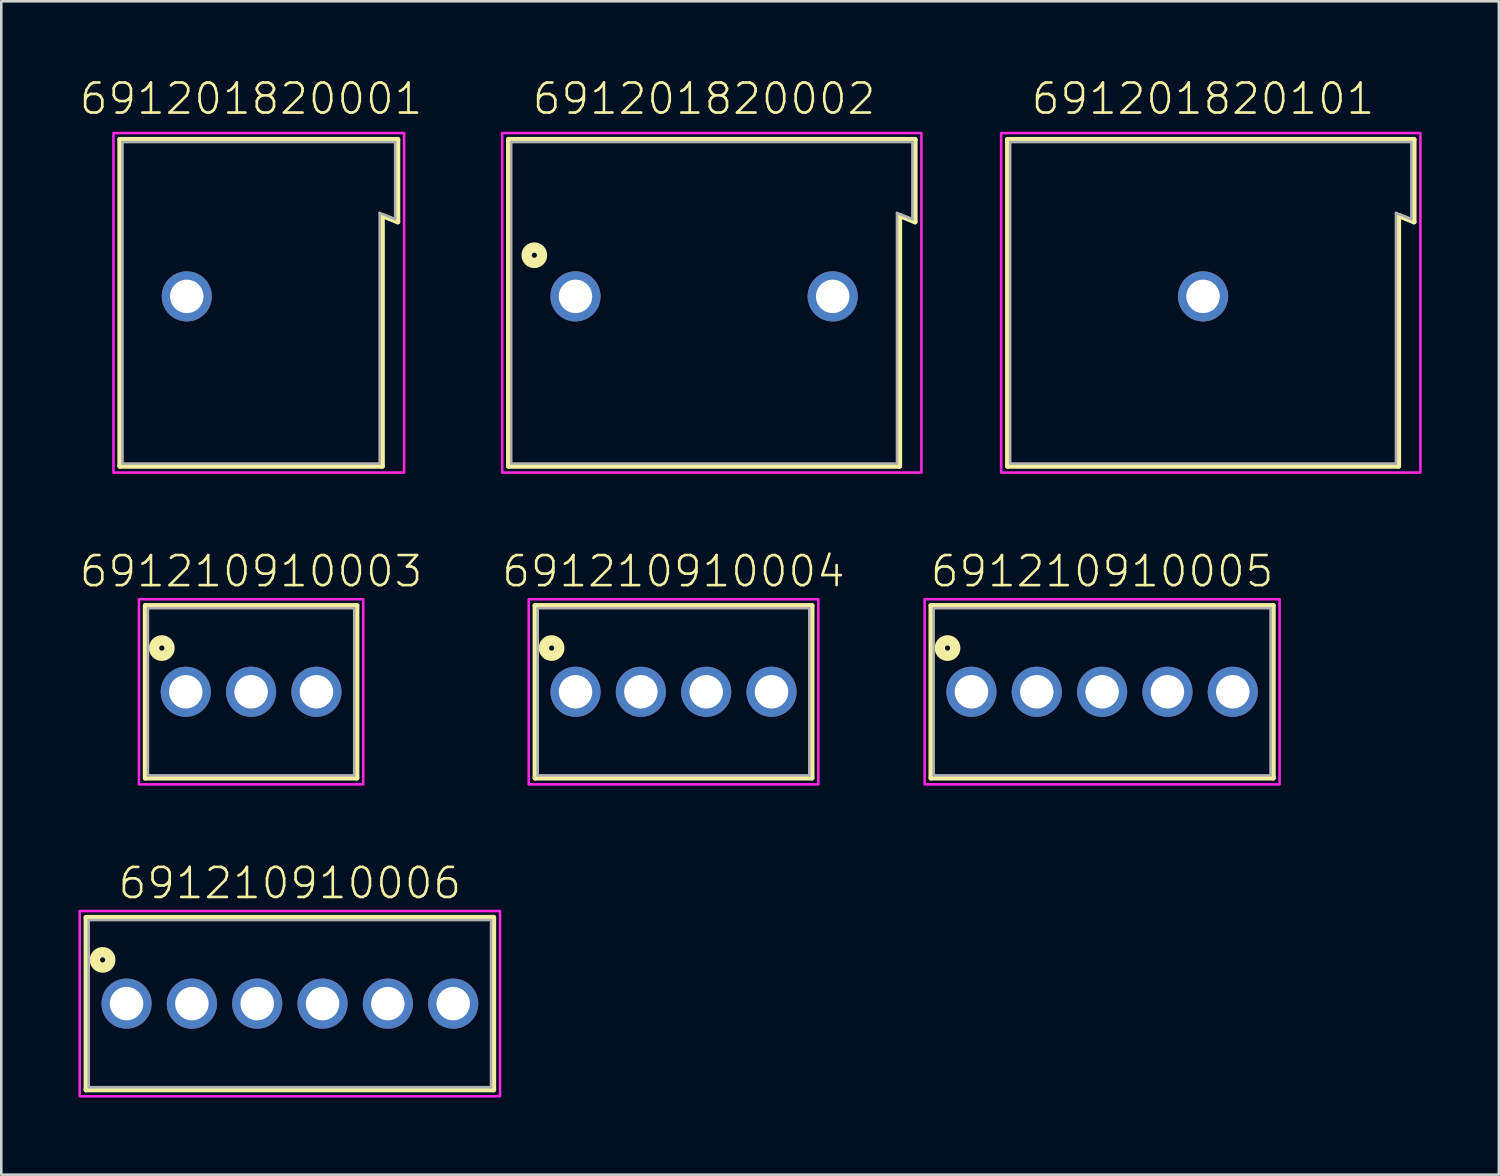
<source format=kicad_pcb>
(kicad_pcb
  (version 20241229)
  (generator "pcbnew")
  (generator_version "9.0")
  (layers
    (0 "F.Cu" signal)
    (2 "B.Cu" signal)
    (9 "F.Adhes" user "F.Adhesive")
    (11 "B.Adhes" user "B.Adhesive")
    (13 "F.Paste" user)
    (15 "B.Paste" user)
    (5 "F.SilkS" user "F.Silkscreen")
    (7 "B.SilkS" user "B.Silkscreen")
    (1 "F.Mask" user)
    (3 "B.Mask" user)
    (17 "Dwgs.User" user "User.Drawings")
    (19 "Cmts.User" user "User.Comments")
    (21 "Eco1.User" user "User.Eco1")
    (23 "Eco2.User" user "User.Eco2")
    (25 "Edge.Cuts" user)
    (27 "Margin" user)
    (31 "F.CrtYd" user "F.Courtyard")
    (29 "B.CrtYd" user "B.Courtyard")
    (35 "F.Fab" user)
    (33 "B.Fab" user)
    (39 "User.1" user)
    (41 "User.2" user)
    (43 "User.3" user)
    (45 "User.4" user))
  (footprint "691210910005"
    (layer "F.Cu")
    (at 39.799 23.846)
    (property "Reference" "691210910005" (at 0 -4 0) (unlocked yes) (layer "F.SilkS") (effects (font (size 1.168 1.168) (thickness 0.102)) (justify bottom)))
    (fp_line (start -6.65 -3.35) (end 6.65 -3.35) (stroke (width 0.2) (type solid)) (layer "F.SilkS"))
    (fp_line (start -6.65 3.35) (end -6.65 -3.35) (stroke (width 0.2) (type solid)) (layer "F.SilkS"))
    (fp_line (start 6.65 -3.35) (end 6.65 3.35) (stroke (width 0.2) (type solid)) (layer "F.SilkS"))
    (fp_line (start 6.65 3.35) (end -6.65 3.35) (stroke (width 0.2) (type solid)) (layer "F.SilkS"))
    (fp_circle (center -6.01 -1.7) (end -5.91 -1.7) (stroke (width 0.4) (type solid)) (fill no) (layer "F.SilkS"))
    (fp_poly (pts (xy 6.9 3.6) (xy -6.9 3.6) (xy -6.9 -3.6) (xy 6.9 -3.6)) (stroke (width 0.1) (type default)) (fill no) (layer "F.CrtYd"))
    (fp_line (start -6.55 -3.25) (end -6.55 3.25) (stroke (width 0.1) (type solid)) (layer "F.Fab"))
    (fp_line (start -6.55 3.25) (end 6.55 3.25) (stroke (width 0.1) (type solid)) (layer "F.Fab"))
    (fp_line (start 6.55 -3.25) (end -6.55 -3.25) (stroke (width 0.1) (type solid)) (layer "F.Fab"))
    (fp_line (start 6.55 3.25) (end 6.55 -3.25) (stroke (width 0.1) (type solid)) (layer "F.Fab"))
    (pad "1" thru_hole circle (at -5.08 0) (size 1.95 1.95) (drill 1.3) (layers "*.Cu" "*.Mask"))
    (pad "2" thru_hole circle (at -2.54 0) (size 1.95 1.95) (drill 1.3) (layers "*.Cu" "*.Mask"))
    (pad "3" thru_hole circle (at 0 0) (size 1.95 1.95) (drill 1.3) (layers "*.Cu" "*.Mask"))
    (pad "4" thru_hole circle (at 2.54 0) (size 1.95 1.95) (drill 1.3) (layers "*.Cu" "*.Mask"))
    (pad "5" thru_hole circle (at 5.08 0) (size 1.95 1.95) (drill 1.3) (layers "*.Cu" "*.Mask")))
  (footprint "691201820001"
    (layer "F.Cu")
    (at 4.212 8.473)
    (property "Reference" "691201820001" (at 2.5 -7 0) (unlocked yes) (layer "F.SilkS") (effects (font (size 1.168 1.168) (thickness 0.102)) (justify bottom)))
    (fp_line (start -2.6 -6.1) (end 8.2 -6.1) (stroke (width 0.2) (type solid)) (layer "F.SilkS"))
    (fp_line (start -2.6 6.6) (end -2.6 -6.1) (stroke (width 0.2) (type solid)) (layer "F.SilkS"))
    (fp_line (start 7.6 -3.144) (end 7.6 6.6) (stroke (width 0.2) (type solid)) (layer "F.SilkS"))
    (fp_line (start 7.6 6.6) (end -2.6 6.6) (stroke (width 0.2) (type solid)) (layer "F.SilkS"))
    (fp_line (start 8.2 -6.1) (end 8.2 -2.9) (stroke (width 0.2) (type solid)) (layer "F.SilkS"))
    (fp_line (start 8.2 -2.9) (end 7.6 -3.144) (stroke (width 0.2) (type solid)) (layer "F.SilkS"))
    (fp_poly (pts (xy 8.45 6.85) (xy -2.85 6.85) (xy -2.85 -6.35) (xy 8.45 -6.35)) (stroke (width 0.1) (type default)) (fill no) (layer "F.CrtYd"))
    (fp_line (start -2.5 -6) (end 8.1 -6) (stroke (width 0.1) (type solid)) (layer "F.Fab"))
    (fp_line (start -2.5 6.5) (end -2.5 -6) (stroke (width 0.1) (type solid)) (layer "F.Fab"))
    (fp_line (start 7.5 -3.244) (end 7.5 6.5) (stroke (width 0.1) (type solid)) (layer "F.Fab"))
    (fp_line (start 7.5 -3.244) (end 8.1 -3) (stroke (width 0.1) (type solid)) (layer "F.Fab"))
    (fp_line (start 7.5 6.5) (end -2.5 6.5) (stroke (width 0.1) (type solid)) (layer "F.Fab"))
    (fp_line (start 8.1 -6) (end 8.1 -3) (stroke (width 0.1) (type solid)) (layer "F.Fab"))
    (pad "1" thru_hole circle (at 0 0) (size 1.95 1.95) (drill 1.3) (layers "*.Cu" "*.Mask")))
  (footprint "691201820101"
    (layer "F.Cu")
    (at 43.724 8.473)
    (property "Reference" "691201820101" (at 0 -7 0) (unlocked yes) (layer "F.SilkS") (effects (font (size 1.168 1.168) (thickness 0.102)) (justify bottom)))
    (fp_line (start -7.6 -6.1) (end 8.2 -6.1) (stroke (width 0.2) (type solid)) (layer "F.SilkS"))
    (fp_line (start -7.6 6.6) (end -7.6 -6.1) (stroke (width 0.2) (type solid)) (layer "F.SilkS"))
    (fp_line (start 7.6 -3.144) (end 7.6 6.6) (stroke (width 0.2) (type solid)) (layer "F.SilkS"))
    (fp_line (start 7.6 6.6) (end -7.6 6.6) (stroke (width 0.2) (type solid)) (layer "F.SilkS"))
    (fp_line (start 8.2 -6.1) (end 8.2 -2.9) (stroke (width 0.2) (type solid)) (layer "F.SilkS"))
    (fp_line (start 8.2 -2.9) (end 7.6 -3.144) (stroke (width 0.2) (type solid)) (layer "F.SilkS"))
    (fp_poly (pts (xy 8.45 6.85) (xy -7.85 6.85) (xy -7.85 -6.35) (xy 8.45 -6.35)) (stroke (width 0.1) (type default)) (fill no) (layer "F.CrtYd"))
    (fp_line (start -7.5 -6) (end 8.1 -6) (stroke (width 0.1) (type solid)) (layer "F.Fab"))
    (fp_line (start -7.5 6.5) (end -7.5 -6) (stroke (width 0.1) (type solid)) (layer "F.Fab"))
    (fp_line (start 7.5 -3.244) (end 7.5 6.5) (stroke (width 0.1) (type solid)) (layer "F.Fab"))
    (fp_line (start 7.5 -3.244) (end 8.1 -3) (stroke (width 0.1) (type solid)) (layer "F.Fab"))
    (fp_line (start 7.5 6.5) (end -7.5 6.5) (stroke (width 0.1) (type solid)) (layer "F.Fab"))
    (fp_line (start 8.1 -6) (end 8.1 -3) (stroke (width 0.1) (type solid)) (layer "F.Fab"))
    (pad "1" thru_hole circle (at 0 0) (size 1.95 1.95) (drill 1.3) (layers "*.Cu" "*.Mask")))
  (footprint "691210910004"
    (layer "F.Cu")
    (at 23.136 23.846)
    (property "Reference" "691210910004" (at 0 -4 0) (unlocked yes) (layer "F.SilkS") (effects (font (size 1.168 1.168) (thickness 0.102)) (justify bottom)))
    (fp_line (start -5.38 -3.35) (end 5.38 -3.35) (stroke (width 0.2) (type solid)) (layer "F.SilkS"))
    (fp_line (start -5.38 3.35) (end -5.38 -3.35) (stroke (width 0.2) (type solid)) (layer "F.SilkS"))
    (fp_line (start 5.38 -3.35) (end 5.38 3.35) (stroke (width 0.2) (type solid)) (layer "F.SilkS"))
    (fp_line (start 5.38 3.35) (end -5.38 3.35) (stroke (width 0.2) (type solid)) (layer "F.SilkS"))
    (fp_circle (center -4.74 -1.7) (end -4.64 -1.7) (stroke (width 0.4) (type solid)) (fill no) (layer "F.SilkS"))
    (fp_poly (pts (xy 5.63 3.6) (xy -5.63 3.6) (xy -5.63 -3.6) (xy 5.63 -3.6)) (stroke (width 0.1) (type default)) (fill no) (layer "F.CrtYd"))
    (fp_line (start -5.28 -3.25) (end -5.28 3.25) (stroke (width 0.1) (type solid)) (layer "F.Fab"))
    (fp_line (start -5.28 3.25) (end 5.28 3.25) (stroke (width 0.1) (type solid)) (layer "F.Fab"))
    (fp_line (start 5.28 -3.25) (end -5.28 -3.25) (stroke (width 0.1) (type solid)) (layer "F.Fab"))
    (fp_line (start 5.28 3.25) (end 5.28 -3.25) (stroke (width 0.1) (type solid)) (layer "F.Fab"))
    (pad "1" thru_hole circle (at -3.81 0) (size 1.95 1.95) (drill 1.3) (layers "*.Cu" "*.Mask"))
    (pad "2" thru_hole circle (at -1.27 0) (size 1.95 1.95) (drill 1.3) (layers "*.Cu" "*.Mask"))
    (pad "3" thru_hole circle (at 1.27 0) (size 1.95 1.95) (drill 1.3) (layers "*.Cu" "*.Mask"))
    (pad "4" thru_hole circle (at 3.81 0) (size 1.95 1.95) (drill 1.3) (layers "*.Cu" "*.Mask")))
  (footprint "691210910003"
    (layer "F.Cu")
    (at 6.712 23.846)
    (property "Reference" "691210910003" (at 0 -4 0) (unlocked yes) (layer "F.SilkS") (effects (font (size 1.168 1.168) (thickness 0.102)) (justify bottom)))
    (fp_line (start -4.11 -3.35) (end 4.11 -3.35) (stroke (width 0.2) (type solid)) (layer "F.SilkS"))
    (fp_line (start -4.11 3.35) (end -4.11 -3.35) (stroke (width 0.2) (type solid)) (layer "F.SilkS"))
    (fp_line (start 4.11 -3.35) (end 4.11 3.35) (stroke (width 0.2) (type solid)) (layer "F.SilkS"))
    (fp_line (start 4.11 3.35) (end -4.11 3.35) (stroke (width 0.2) (type solid)) (layer "F.SilkS"))
    (fp_circle (center -3.47 -1.7) (end -3.37 -1.7) (stroke (width 0.4) (type solid)) (fill no) (layer "F.SilkS"))
    (fp_poly (pts (xy 4.36 3.6) (xy -4.36 3.6) (xy -4.36 -3.6) (xy 4.36 -3.6)) (stroke (width 0.1) (type default)) (fill no) (layer "F.CrtYd"))
    (fp_line (start -4.01 -3.25) (end -4.01 3.25) (stroke (width 0.1) (type solid)) (layer "F.Fab"))
    (fp_line (start -4.01 3.25) (end 4.01 3.25) (stroke (width 0.1) (type solid)) (layer "F.Fab"))
    (fp_line (start 4.01 -3.25) (end -4.01 -3.25) (stroke (width 0.1) (type solid)) (layer "F.Fab"))
    (fp_line (start 4.01 3.25) (end 4.01 -3.25) (stroke (width 0.1) (type solid)) (layer "F.Fab"))
    (pad "1" thru_hole circle (at -2.54 0) (size 1.95 1.95) (drill 1.3) (layers "*.Cu" "*.Mask"))
    (pad "2" thru_hole circle (at 0 0) (size 1.95 1.95) (drill 1.3) (layers "*.Cu" "*.Mask"))
    (pad "3" thru_hole circle (at 2.54 0) (size 1.95 1.95) (drill 1.3) (layers "*.Cu" "*.Mask")))
  (footprint "691201820002"
    (layer "F.Cu")
    (at 24.324 8.473)
    (property "Reference" "691201820002" (at 0 -7 0) (unlocked yes) (layer "F.SilkS") (effects (font (size 1.168 1.168) (thickness 0.102)) (justify bottom)))
    (fp_line (start -7.6 -6.1) (end 8.2 -6.1) (stroke (width 0.2) (type solid)) (layer "F.SilkS"))
    (fp_line (start -7.6 6.6) (end -7.6 -6.1) (stroke (width 0.2) (type solid)) (layer "F.SilkS"))
    (fp_line (start 7.6 -3.144) (end 7.6 6.6) (stroke (width 0.2) (type solid)) (layer "F.SilkS"))
    (fp_line (start 7.6 6.6) (end -7.6 6.6) (stroke (width 0.2) (type solid)) (layer "F.SilkS"))
    (fp_line (start 8.2 -6.1) (end 8.2 -2.9) (stroke (width 0.2) (type solid)) (layer "F.SilkS"))
    (fp_line (start 8.2 -2.9) (end 7.6 -3.144) (stroke (width 0.2) (type solid)) (layer "F.SilkS"))
    (fp_circle (center -6.6 -1.6) (end -6.5 -1.6) (stroke (width 0.4) (type solid)) (fill no) (layer "F.SilkS"))
    (fp_poly (pts (xy 8.45 6.85) (xy -7.85 6.85) (xy -7.85 -6.35) (xy 8.45 -6.35)) (stroke (width 0.1) (type default)) (fill no) (layer "F.CrtYd"))
    (fp_line (start -7.5 -6) (end 8.1 -6) (stroke (width 0.1) (type solid)) (layer "F.Fab"))
    (fp_line (start -7.5 6.5) (end -7.5 -6) (stroke (width 0.1) (type solid)) (layer "F.Fab"))
    (fp_line (start 7.5 -3.244) (end 7.5 6.5) (stroke (width 0.1) (type solid)) (layer "F.Fab"))
    (fp_line (start 7.5 -3.244) (end 8.1 -3) (stroke (width 0.1) (type solid)) (layer "F.Fab"))
    (fp_line (start 7.5 6.5) (end -7.5 6.5) (stroke (width 0.1) (type solid)) (layer "F.Fab"))
    (fp_line (start 8.1 -6) (end 8.1 -3) (stroke (width 0.1) (type solid)) (layer "F.Fab"))
    (pad "1" thru_hole circle (at -5 0) (size 1.95 1.95) (drill 1.3) (layers "*.Cu" "*.Mask"))
    (pad "2" thru_hole circle (at 5 0) (size 1.95 1.95) (drill 1.3) (layers "*.Cu" "*.Mask")))
  (footprint "691210910006"
    (layer "F.Cu")
    (at 8.22 35.97)
    (property "Reference" "691210910006" (at 0 -4 0) (unlocked yes) (layer "F.SilkS") (effects (font (size 1.168 1.168) (thickness 0.102)) (justify bottom)))
    (fp_line (start -7.92 -3.35) (end 7.92 -3.35) (stroke (width 0.2) (type solid)) (layer "F.SilkS"))
    (fp_line (start -7.92 3.35) (end -7.92 -3.35) (stroke (width 0.2) (type solid)) (layer "F.SilkS"))
    (fp_line (start 7.92 -3.35) (end 7.92 3.35) (stroke (width 0.2) (type solid)) (layer "F.SilkS"))
    (fp_line (start 7.92 3.35) (end -7.92 3.35) (stroke (width 0.2) (type solid)) (layer "F.SilkS"))
    (fp_circle (center -7.28 -1.7) (end -7.18 -1.7) (stroke (width 0.4) (type solid)) (fill no) (layer "F.SilkS"))
    (fp_poly (pts (xy 8.17 3.6) (xy -8.17 3.6) (xy -8.17 -3.6) (xy 8.17 -3.6)) (stroke (width 0.1) (type default)) (fill no) (layer "F.CrtYd"))
    (fp_line (start -7.82 -3.25) (end -7.82 3.25) (stroke (width 0.1) (type solid)) (layer "F.Fab"))
    (fp_line (start -7.82 3.25) (end 7.82 3.25) (stroke (width 0.1) (type solid)) (layer "F.Fab"))
    (fp_line (start 7.82 -3.25) (end -7.82 -3.25) (stroke (width 0.1) (type solid)) (layer "F.Fab"))
    (fp_line (start 7.82 3.25) (end 7.82 -3.25) (stroke (width 0.1) (type solid)) (layer "F.Fab"))
    (pad "1" thru_hole circle (at -6.35 0) (size 1.95 1.95) (drill 1.3) (layers "*.Cu" "*.Mask"))
    (pad "2" thru_hole circle (at -3.81 0) (size 1.95 1.95) (drill 1.3) (layers "*.Cu" "*.Mask"))
    (pad "3" thru_hole circle (at -1.27 0) (size 1.95 1.95) (drill 1.3) (layers "*.Cu" "*.Mask"))
    (pad "4" thru_hole circle (at 1.27 0) (size 1.95 1.95) (drill 1.3) (layers "*.Cu" "*.Mask"))
    (pad "5" thru_hole circle (at 3.81 0) (size 1.95 1.95) (drill 1.3) (layers "*.Cu" "*.Mask"))
    (pad "6" thru_hole circle (at 6.35 0) (size 1.95 1.95) (drill 1.3) (layers "*.Cu" "*.Mask")))
  (gr_rect
    (start -3 -3)
    (end 55.224 42.62)
    (stroke (width 0.1) (type default))
    (fill no)
    (layer "Edge.Cuts")))
</source>
